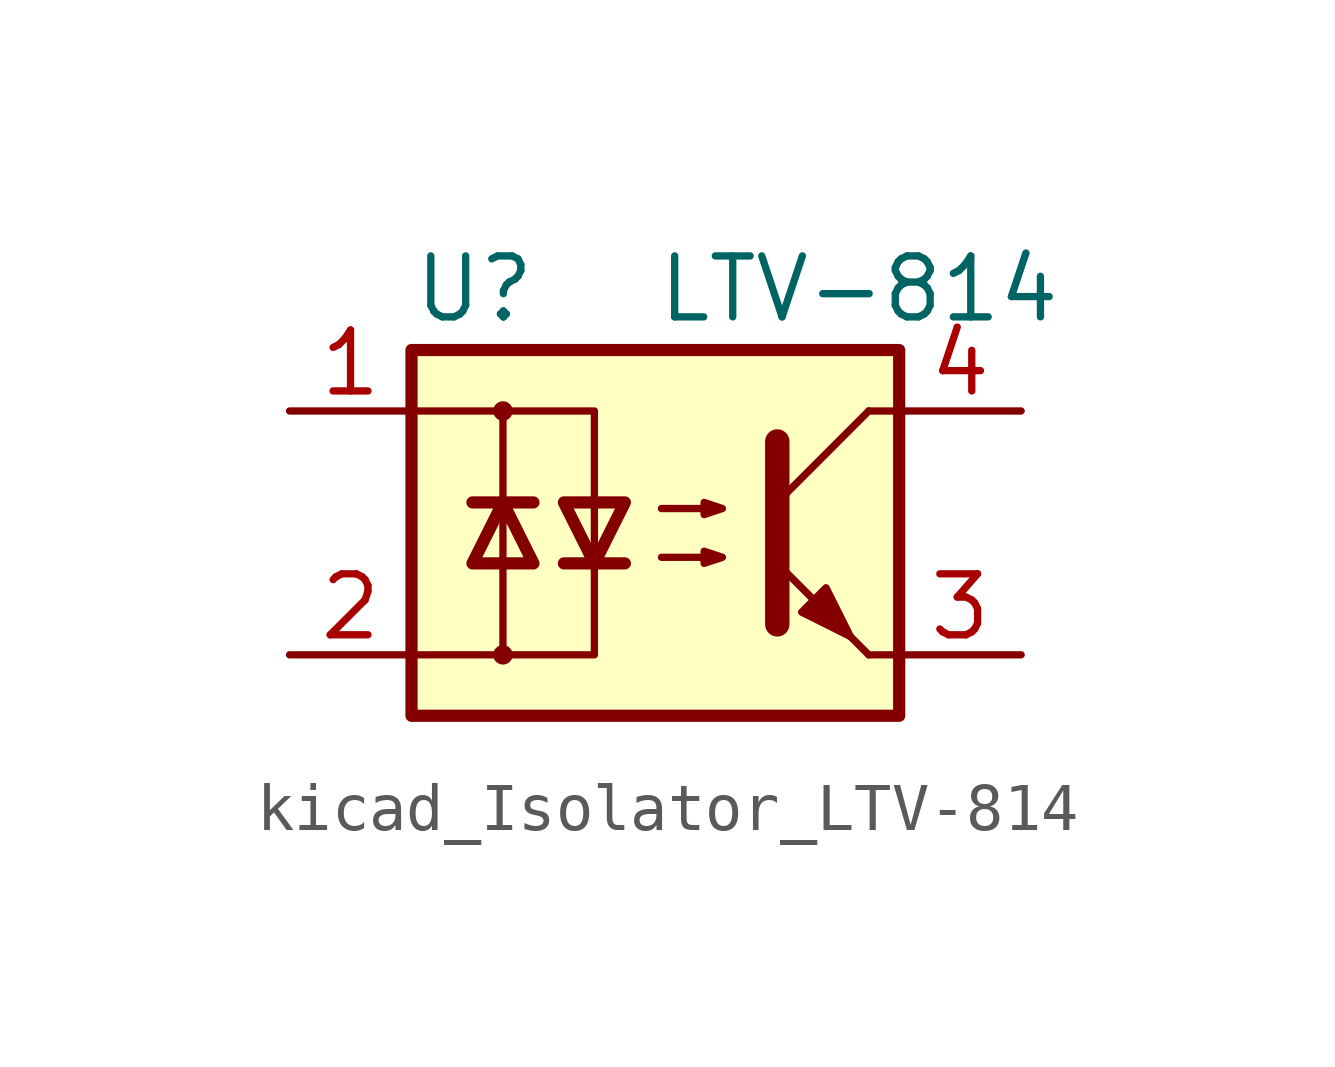
<source format=kicad_sym>
(kicad_symbol_lib
  (version 20220914)
  (generator kicad_symbol_editor)
  (symbol "kicad_Isolator_LTV-814"
    (pin_names
      (offset 1.016))
    (property "Reference" "U"
      (at -5.08 5.08 0)
      (effects (font (size 1.27 1.27)) (justify left)))
    (property "Value" "LTV-814"
      (at 0 5.08 0)
      (effects (font (size 1.27 1.27)) (justify left)))
    (symbol "kicad_Isolator_LTV-814_0_1"
      (rectangle (start -5.08 3.81) (end 5.08 -3.81) (stroke (width 0.254) (type default)) (fill (type background)))
      (circle (center -3.175 -2.54) (radius 0.127) (stroke (width 0) (type default)) (fill (type none)))
      (circle (center -3.175 2.54) (radius 0.127) (stroke (width 0) (type default)) (fill (type none)))
      (polyline (pts (xy -3.175 2.54) (xy -3.175 -2.54)) (stroke (width 0) (type default)) (fill (type none)))
      (polyline (pts (xy -1.905 -0.635) (xy -0.635 -0.635)) (stroke (width 0.254) (type default)) (fill (type none)))
      (polyline (pts (xy 2.54 0.635) (xy 4.445 2.54)) (stroke (width 0) (type default)) (fill (type none)))
      (polyline (pts (xy 4.445 -2.54) (xy 2.54 -0.635)) (stroke (width 0) (type default)) (fill (type outline)))
      (polyline (pts (xy 4.445 -2.54) (xy 5.08 -2.54)) (stroke (width 0) (type default)) (fill (type none)))
      (polyline (pts (xy 4.445 2.54) (xy 5.08 2.54)) (stroke (width 0) (type default)) (fill (type none)))
      (polyline (pts (xy -5.08 2.54) (xy -1.27 2.54) (xy -1.27 -0.762)) (stroke (width 0) (type default)) (fill (type none)))
      (polyline (pts (xy -1.27 -0.635) (xy -1.27 -2.54) (xy -5.08 -2.54)) (stroke (width 0) (type default)) (fill (type none)))
      (polyline (pts (xy 2.54 1.905) (xy 2.54 -1.905) (xy 2.54 -1.905)) (stroke (width 0.508) (type default)) (fill (type none)))
      (polyline (pts (xy -1.27 -0.635) (xy -1.905 0.635) (xy -0.635 0.635) (xy -1.27 -0.635)) (stroke (width 0.254) (type default)) (fill (type none)))
      (polyline (pts (xy 0.127 -0.508) (xy 1.397 -0.508) (xy 1.016 -0.635) (xy 1.016 -0.381) (xy 1.397 -0.508)) (stroke (width 0) (type default)) (fill (type none)))
      (polyline (pts (xy 0.127 0.508) (xy 1.397 0.508) (xy 1.016 0.381) (xy 1.016 0.635) (xy 1.397 0.508)) (stroke (width 0) (type default)) (fill (type none)))
      (polyline (pts (xy 3.048 -1.651) (xy 3.556 -1.143) (xy 4.064 -2.159) (xy 3.048 -1.651) (xy 3.048 -1.651)) (stroke (width 0) (type default)) (fill (type outline))))
    (symbol "kicad_Isolator_LTV-814_1_1"
      (polyline (pts (xy -3.81 0.635) (xy -2.54 0.635)) (stroke (width 0.254) (type default)) (fill (type none)))
      (polyline (pts (xy -3.175 0.635) (xy -3.81 -0.635) (xy -2.54 -0.635) (xy -3.175 0.635)) (stroke (width 0.254) (type default)) (fill (type none)))
      (pin passive line (at -7.62 2.54 0) (length 2.54) (name "~" (effects (font (size 1.27 1.27)))) (number "1" (effects (font (size 1.27 1.27)))))
      (pin passive line (at -7.62 -2.54 0) (length 2.54) (name "~" (effects (font (size 1.27 1.27)))) (number "2" (effects (font (size 1.27 1.27)))))
      (pin passive line (at 7.62 -2.54 180) (length 2.54) (name "~" (effects (font (size 1.27 1.27)))) (number "3" (effects (font (size 1.27 1.27)))))
      (pin passive line (at 7.62 2.54 180) (length 2.54) (name "~" (effects (font (size 1.27 1.27)))) (number "4" (effects (font (size 1.27 1.27))))))))
</source>
